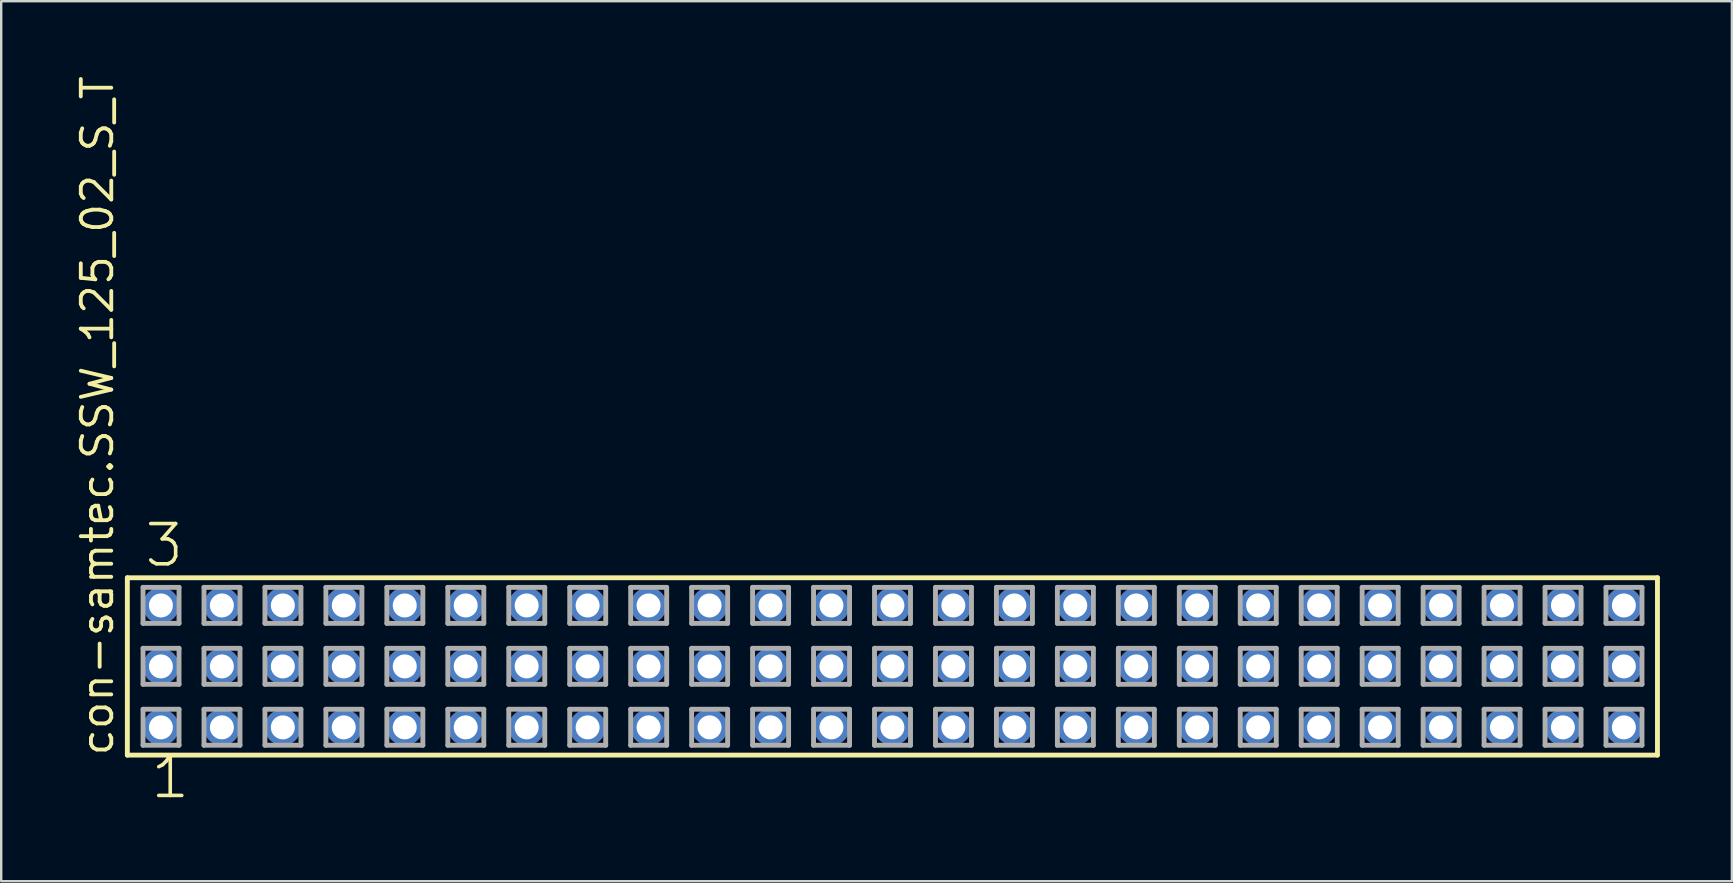
<source format=kicad_pcb>
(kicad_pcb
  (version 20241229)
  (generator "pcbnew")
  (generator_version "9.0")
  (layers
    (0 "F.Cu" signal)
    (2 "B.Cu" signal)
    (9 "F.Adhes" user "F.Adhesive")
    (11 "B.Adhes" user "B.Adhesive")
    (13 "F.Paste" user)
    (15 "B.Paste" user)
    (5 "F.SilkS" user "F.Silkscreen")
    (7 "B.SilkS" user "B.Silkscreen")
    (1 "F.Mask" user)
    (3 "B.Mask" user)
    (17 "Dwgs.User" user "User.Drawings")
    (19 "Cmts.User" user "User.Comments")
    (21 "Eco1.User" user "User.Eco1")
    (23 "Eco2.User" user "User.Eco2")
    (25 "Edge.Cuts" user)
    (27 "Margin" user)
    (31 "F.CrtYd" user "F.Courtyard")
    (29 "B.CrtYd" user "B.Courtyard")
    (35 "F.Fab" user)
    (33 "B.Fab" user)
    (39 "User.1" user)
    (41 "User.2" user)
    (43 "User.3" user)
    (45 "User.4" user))
  (footprint "con-samtec.SSW_125_02_S_T"
    (layer "F.Cu")
    (at 34.135 24.719)
    (property "Reference" "con-samtec.SSW_125_02_S_T" (at -32.385 3.81 90) (layer "F.SilkS") (effects (font (size 1.27 1.27) (thickness 0.16)) (justify left bottom)))
    (attr through_hole)
    (fp_line (start -31.879 -3.695) (end 31.879 -3.695) (stroke (width 0.203) (type default)) (layer "F.SilkS"))
    (fp_line (start -31.879 3.695) (end -31.879 -3.695) (stroke (width 0.203) (type default)) (layer "F.SilkS"))
    (fp_line (start 31.879 -3.695) (end 31.879 3.695) (stroke (width 0.203) (type default)) (layer "F.SilkS"))
    (fp_line (start 31.879 3.695) (end -31.879 3.695) (stroke (width 0.203) (type default)) (layer "F.SilkS"))
    (fp_line (start -31.225 -3.295) (end -29.725 -3.295) (stroke (width 0.203) (type default)) (layer "F.Fab"))
    (fp_line (start -31.225 -1.795) (end -31.225 -3.295) (stroke (width 0.203) (type default)) (layer "F.Fab"))
    (fp_line (start -31.225 -0.755) (end -29.725 -0.755) (stroke (width 0.203) (type default)) (layer "F.Fab"))
    (fp_line (start -31.225 0.745) (end -31.225 -0.755) (stroke (width 0.203) (type default)) (layer "F.Fab"))
    (fp_line (start -31.225 1.785) (end -29.725 1.785) (stroke (width 0.203) (type default)) (layer "F.Fab"))
    (fp_line (start -31.225 3.285) (end -31.225 1.785) (stroke (width 0.203) (type default)) (layer "F.Fab"))
    (fp_line (start -29.725 -3.295) (end -29.725 -1.795) (stroke (width 0.203) (type default)) (layer "F.Fab"))
    (fp_line (start -29.725 -1.795) (end -31.225 -1.795) (stroke (width 0.203) (type default)) (layer "F.Fab"))
    (fp_line (start -29.725 -0.755) (end -29.725 0.745) (stroke (width 0.203) (type default)) (layer "F.Fab"))
    (fp_line (start -29.725 0.745) (end -31.225 0.745) (stroke (width 0.203) (type default)) (layer "F.Fab"))
    (fp_line (start -29.725 1.785) (end -29.725 3.285) (stroke (width 0.203) (type default)) (layer "F.Fab"))
    (fp_line (start -29.725 3.285) (end -31.225 3.285) (stroke (width 0.203) (type default)) (layer "F.Fab"))
    (fp_line (start -28.685 -3.295) (end -27.185 -3.295) (stroke (width 0.203) (type default)) (layer "F.Fab"))
    (fp_line (start -28.685 -1.795) (end -28.685 -3.295) (stroke (width 0.203) (type default)) (layer "F.Fab"))
    (fp_line (start -28.685 -0.755) (end -27.185 -0.755) (stroke (width 0.203) (type default)) (layer "F.Fab"))
    (fp_line (start -28.685 0.745) (end -28.685 -0.755) (stroke (width 0.203) (type default)) (layer "F.Fab"))
    (fp_line (start -28.685 1.785) (end -27.185 1.785) (stroke (width 0.203) (type default)) (layer "F.Fab"))
    (fp_line (start -28.685 3.285) (end -28.685 1.785) (stroke (width 0.203) (type default)) (layer "F.Fab"))
    (fp_line (start -27.185 -3.295) (end -27.185 -1.795) (stroke (width 0.203) (type default)) (layer "F.Fab"))
    (fp_line (start -27.185 -1.795) (end -28.685 -1.795) (stroke (width 0.203) (type default)) (layer "F.Fab"))
    (fp_line (start -27.185 -0.755) (end -27.185 0.745) (stroke (width 0.203) (type default)) (layer "F.Fab"))
    (fp_line (start -27.185 0.745) (end -28.685 0.745) (stroke (width 0.203) (type default)) (layer "F.Fab"))
    (fp_line (start -27.185 1.785) (end -27.185 3.285) (stroke (width 0.203) (type default)) (layer "F.Fab"))
    (fp_line (start -27.185 3.285) (end -28.685 3.285) (stroke (width 0.203) (type default)) (layer "F.Fab"))
    (fp_line (start -26.145 -3.295) (end -24.645 -3.295) (stroke (width 0.203) (type default)) (layer "F.Fab"))
    (fp_line (start -26.145 -1.795) (end -26.145 -3.295) (stroke (width 0.203) (type default)) (layer "F.Fab"))
    (fp_line (start -26.145 -0.755) (end -24.645 -0.755) (stroke (width 0.203) (type default)) (layer "F.Fab"))
    (fp_line (start -26.145 0.745) (end -26.145 -0.755) (stroke (width 0.203) (type default)) (layer "F.Fab"))
    (fp_line (start -26.145 1.785) (end -24.645 1.785) (stroke (width 0.203) (type default)) (layer "F.Fab"))
    (fp_line (start -26.145 3.285) (end -26.145 1.785) (stroke (width 0.203) (type default)) (layer "F.Fab"))
    (fp_line (start -24.645 -3.295) (end -24.645 -1.795) (stroke (width 0.203) (type default)) (layer "F.Fab"))
    (fp_line (start -24.645 -1.795) (end -26.145 -1.795) (stroke (width 0.203) (type default)) (layer "F.Fab"))
    (fp_line (start -24.645 -0.755) (end -24.645 0.745) (stroke (width 0.203) (type default)) (layer "F.Fab"))
    (fp_line (start -24.645 0.745) (end -26.145 0.745) (stroke (width 0.203) (type default)) (layer "F.Fab"))
    (fp_line (start -24.645 1.785) (end -24.645 3.285) (stroke (width 0.203) (type default)) (layer "F.Fab"))
    (fp_line (start -24.645 3.285) (end -26.145 3.285) (stroke (width 0.203) (type default)) (layer "F.Fab"))
    (fp_line (start -23.605 -3.295) (end -22.105 -3.295) (stroke (width 0.203) (type default)) (layer "F.Fab"))
    (fp_line (start -23.605 -1.795) (end -23.605 -3.295) (stroke (width 0.203) (type default)) (layer "F.Fab"))
    (fp_line (start -23.605 -0.755) (end -22.105 -0.755) (stroke (width 0.203) (type default)) (layer "F.Fab"))
    (fp_line (start -23.605 0.745) (end -23.605 -0.755) (stroke (width 0.203) (type default)) (layer "F.Fab"))
    (fp_line (start -23.605 1.785) (end -22.105 1.785) (stroke (width 0.203) (type default)) (layer "F.Fab"))
    (fp_line (start -23.605 3.285) (end -23.605 1.785) (stroke (width 0.203) (type default)) (layer "F.Fab"))
    (fp_line (start -22.105 -3.295) (end -22.105 -1.795) (stroke (width 0.203) (type default)) (layer "F.Fab"))
    (fp_line (start -22.105 -1.795) (end -23.605 -1.795) (stroke (width 0.203) (type default)) (layer "F.Fab"))
    (fp_line (start -22.105 -0.755) (end -22.105 0.745) (stroke (width 0.203) (type default)) (layer "F.Fab"))
    (fp_line (start -22.105 0.745) (end -23.605 0.745) (stroke (width 0.203) (type default)) (layer "F.Fab"))
    (fp_line (start -22.105 1.785) (end -22.105 3.285) (stroke (width 0.203) (type default)) (layer "F.Fab"))
    (fp_line (start -22.105 3.285) (end -23.605 3.285) (stroke (width 0.203) (type default)) (layer "F.Fab"))
    (fp_line (start -21.065 -3.295) (end -19.565 -3.295) (stroke (width 0.203) (type default)) (layer "F.Fab"))
    (fp_line (start -21.065 -1.795) (end -21.065 -3.295) (stroke (width 0.203) (type default)) (layer "F.Fab"))
    (fp_line (start -21.065 -0.755) (end -19.565 -0.755) (stroke (width 0.203) (type default)) (layer "F.Fab"))
    (fp_line (start -21.065 0.745) (end -21.065 -0.755) (stroke (width 0.203) (type default)) (layer "F.Fab"))
    (fp_line (start -21.065 1.785) (end -19.565 1.785) (stroke (width 0.203) (type default)) (layer "F.Fab"))
    (fp_line (start -21.065 3.285) (end -21.065 1.785) (stroke (width 0.203) (type default)) (layer "F.Fab"))
    (fp_line (start -19.565 -3.295) (end -19.565 -1.795) (stroke (width 0.203) (type default)) (layer "F.Fab"))
    (fp_line (start -19.565 -1.795) (end -21.065 -1.795) (stroke (width 0.203) (type default)) (layer "F.Fab"))
    (fp_line (start -19.565 -0.755) (end -19.565 0.745) (stroke (width 0.203) (type default)) (layer "F.Fab"))
    (fp_line (start -19.565 0.745) (end -21.065 0.745) (stroke (width 0.203) (type default)) (layer "F.Fab"))
    (fp_line (start -19.565 1.785) (end -19.565 3.285) (stroke (width 0.203) (type default)) (layer "F.Fab"))
    (fp_line (start -19.565 3.285) (end -21.065 3.285) (stroke (width 0.203) (type default)) (layer "F.Fab"))
    (fp_line (start -18.525 -3.295) (end -17.025 -3.295) (stroke (width 0.203) (type default)) (layer "F.Fab"))
    (fp_line (start -18.525 -1.795) (end -18.525 -3.295) (stroke (width 0.203) (type default)) (layer "F.Fab"))
    (fp_line (start -18.525 -0.755) (end -17.025 -0.755) (stroke (width 0.203) (type default)) (layer "F.Fab"))
    (fp_line (start -18.525 0.745) (end -18.525 -0.755) (stroke (width 0.203) (type default)) (layer "F.Fab"))
    (fp_line (start -18.525 1.785) (end -17.025 1.785) (stroke (width 0.203) (type default)) (layer "F.Fab"))
    (fp_line (start -18.525 3.285) (end -18.525 1.785) (stroke (width 0.203) (type default)) (layer "F.Fab"))
    (fp_line (start -17.025 -3.295) (end -17.025 -1.795) (stroke (width 0.203) (type default)) (layer "F.Fab"))
    (fp_line (start -17.025 -1.795) (end -18.525 -1.795) (stroke (width 0.203) (type default)) (layer "F.Fab"))
    (fp_line (start -17.025 -0.755) (end -17.025 0.745) (stroke (width 0.203) (type default)) (layer "F.Fab"))
    (fp_line (start -17.025 0.745) (end -18.525 0.745) (stroke (width 0.203) (type default)) (layer "F.Fab"))
    (fp_line (start -17.025 1.785) (end -17.025 3.285) (stroke (width 0.203) (type default)) (layer "F.Fab"))
    (fp_line (start -17.025 3.285) (end -18.525 3.285) (stroke (width 0.203) (type default)) (layer "F.Fab"))
    (fp_line (start -15.985 -3.295) (end -14.485 -3.295) (stroke (width 0.203) (type default)) (layer "F.Fab"))
    (fp_line (start -15.985 -1.795) (end -15.985 -3.295) (stroke (width 0.203) (type default)) (layer "F.Fab"))
    (fp_line (start -15.985 -0.755) (end -14.485 -0.755) (stroke (width 0.203) (type default)) (layer "F.Fab"))
    (fp_line (start -15.985 0.745) (end -15.985 -0.755) (stroke (width 0.203) (type default)) (layer "F.Fab"))
    (fp_line (start -15.985 1.785) (end -14.485 1.785) (stroke (width 0.203) (type default)) (layer "F.Fab"))
    (fp_line (start -15.985 3.285) (end -15.985 1.785) (stroke (width 0.203) (type default)) (layer "F.Fab"))
    (fp_line (start -14.485 -3.295) (end -14.485 -1.795) (stroke (width 0.203) (type default)) (layer "F.Fab"))
    (fp_line (start -14.485 -1.795) (end -15.985 -1.795) (stroke (width 0.203) (type default)) (layer "F.Fab"))
    (fp_line (start -14.485 -0.755) (end -14.485 0.745) (stroke (width 0.203) (type default)) (layer "F.Fab"))
    (fp_line (start -14.485 0.745) (end -15.985 0.745) (stroke (width 0.203) (type default)) (layer "F.Fab"))
    (fp_line (start -14.485 1.785) (end -14.485 3.285) (stroke (width 0.203) (type default)) (layer "F.Fab"))
    (fp_line (start -14.485 3.285) (end -15.985 3.285) (stroke (width 0.203) (type default)) (layer "F.Fab"))
    (fp_line (start -13.445 -3.295) (end -11.945 -3.295) (stroke (width 0.203) (type default)) (layer "F.Fab"))
    (fp_line (start -13.445 -1.795) (end -13.445 -3.295) (stroke (width 0.203) (type default)) (layer "F.Fab"))
    (fp_line (start -13.445 -0.755) (end -11.945 -0.755) (stroke (width 0.203) (type default)) (layer "F.Fab"))
    (fp_line (start -13.445 0.745) (end -13.445 -0.755) (stroke (width 0.203) (type default)) (layer "F.Fab"))
    (fp_line (start -13.445 1.785) (end -11.945 1.785) (stroke (width 0.203) (type default)) (layer "F.Fab"))
    (fp_line (start -13.445 3.285) (end -13.445 1.785) (stroke (width 0.203) (type default)) (layer "F.Fab"))
    (fp_line (start -11.945 -3.295) (end -11.945 -1.795) (stroke (width 0.203) (type default)) (layer "F.Fab"))
    (fp_line (start -11.945 -1.795) (end -13.445 -1.795) (stroke (width 0.203) (type default)) (layer "F.Fab"))
    (fp_line (start -11.945 -0.755) (end -11.945 0.745) (stroke (width 0.203) (type default)) (layer "F.Fab"))
    (fp_line (start -11.945 0.745) (end -13.445 0.745) (stroke (width 0.203) (type default)) (layer "F.Fab"))
    (fp_line (start -11.945 1.785) (end -11.945 3.285) (stroke (width 0.203) (type default)) (layer "F.Fab"))
    (fp_line (start -11.945 3.285) (end -13.445 3.285) (stroke (width 0.203) (type default)) (layer "F.Fab"))
    (fp_line (start -10.905 -3.295) (end -9.405 -3.295) (stroke (width 0.203) (type default)) (layer "F.Fab"))
    (fp_line (start -10.905 -1.795) (end -10.905 -3.295) (stroke (width 0.203) (type default)) (layer "F.Fab"))
    (fp_line (start -10.905 -0.755) (end -9.405 -0.755) (stroke (width 0.203) (type default)) (layer "F.Fab"))
    (fp_line (start -10.905 0.745) (end -10.905 -0.755) (stroke (width 0.203) (type default)) (layer "F.Fab"))
    (fp_line (start -10.905 1.785) (end -9.405 1.785) (stroke (width 0.203) (type default)) (layer "F.Fab"))
    (fp_line (start -10.905 3.285) (end -10.905 1.785) (stroke (width 0.203) (type default)) (layer "F.Fab"))
    (fp_line (start -9.405 -3.295) (end -9.405 -1.795) (stroke (width 0.203) (type default)) (layer "F.Fab"))
    (fp_line (start -9.405 -1.795) (end -10.905 -1.795) (stroke (width 0.203) (type default)) (layer "F.Fab"))
    (fp_line (start -9.405 -0.755) (end -9.405 0.745) (stroke (width 0.203) (type default)) (layer "F.Fab"))
    (fp_line (start -9.405 0.745) (end -10.905 0.745) (stroke (width 0.203) (type default)) (layer "F.Fab"))
    (fp_line (start -9.405 1.785) (end -9.405 3.285) (stroke (width 0.203) (type default)) (layer "F.Fab"))
    (fp_line (start -9.405 3.285) (end -10.905 3.285) (stroke (width 0.203) (type default)) (layer "F.Fab"))
    (fp_line (start -8.365 -3.295) (end -6.865 -3.295) (stroke (width 0.203) (type default)) (layer "F.Fab"))
    (fp_line (start -8.365 -1.795) (end -8.365 -3.295) (stroke (width 0.203) (type default)) (layer "F.Fab"))
    (fp_line (start -8.365 -0.755) (end -6.865 -0.755) (stroke (width 0.203) (type default)) (layer "F.Fab"))
    (fp_line (start -8.365 0.745) (end -8.365 -0.755) (stroke (width 0.203) (type default)) (layer "F.Fab"))
    (fp_line (start -8.365 1.785) (end -6.865 1.785) (stroke (width 0.203) (type default)) (layer "F.Fab"))
    (fp_line (start -8.365 3.285) (end -8.365 1.785) (stroke (width 0.203) (type default)) (layer "F.Fab"))
    (fp_line (start -6.865 -3.295) (end -6.865 -1.795) (stroke (width 0.203) (type default)) (layer "F.Fab"))
    (fp_line (start -6.865 -1.795) (end -8.365 -1.795) (stroke (width 0.203) (type default)) (layer "F.Fab"))
    (fp_line (start -6.865 -0.755) (end -6.865 0.745) (stroke (width 0.203) (type default)) (layer "F.Fab"))
    (fp_line (start -6.865 0.745) (end -8.365 0.745) (stroke (width 0.203) (type default)) (layer "F.Fab"))
    (fp_line (start -6.865 1.785) (end -6.865 3.285) (stroke (width 0.203) (type default)) (layer "F.Fab"))
    (fp_line (start -6.865 3.285) (end -8.365 3.285) (stroke (width 0.203) (type default)) (layer "F.Fab"))
    (fp_line (start -5.825 -3.295) (end -4.325 -3.295) (stroke (width 0.203) (type default)) (layer "F.Fab"))
    (fp_line (start -5.825 -1.795) (end -5.825 -3.295) (stroke (width 0.203) (type default)) (layer "F.Fab"))
    (fp_line (start -5.825 -0.755) (end -4.325 -0.755) (stroke (width 0.203) (type default)) (layer "F.Fab"))
    (fp_line (start -5.825 0.745) (end -5.825 -0.755) (stroke (width 0.203) (type default)) (layer "F.Fab"))
    (fp_line (start -5.825 1.785) (end -4.325 1.785) (stroke (width 0.203) (type default)) (layer "F.Fab"))
    (fp_line (start -5.825 3.285) (end -5.825 1.785) (stroke (width 0.203) (type default)) (layer "F.Fab"))
    (fp_line (start -4.325 -3.295) (end -4.325 -1.795) (stroke (width 0.203) (type default)) (layer "F.Fab"))
    (fp_line (start -4.325 -1.795) (end -5.825 -1.795) (stroke (width 0.203) (type default)) (layer "F.Fab"))
    (fp_line (start -4.325 -0.755) (end -4.325 0.745) (stroke (width 0.203) (type default)) (layer "F.Fab"))
    (fp_line (start -4.325 0.745) (end -5.825 0.745) (stroke (width 0.203) (type default)) (layer "F.Fab"))
    (fp_line (start -4.325 1.785) (end -4.325 3.285) (stroke (width 0.203) (type default)) (layer "F.Fab"))
    (fp_line (start -4.325 3.285) (end -5.825 3.285) (stroke (width 0.203) (type default)) (layer "F.Fab"))
    (fp_line (start -3.285 -3.295) (end -1.785 -3.295) (stroke (width 0.203) (type default)) (layer "F.Fab"))
    (fp_line (start -3.285 -1.795) (end -3.285 -3.295) (stroke (width 0.203) (type default)) (layer "F.Fab"))
    (fp_line (start -3.285 -0.755) (end -1.785 -0.755) (stroke (width 0.203) (type default)) (layer "F.Fab"))
    (fp_line (start -3.285 0.745) (end -3.285 -0.755) (stroke (width 0.203) (type default)) (layer "F.Fab"))
    (fp_line (start -3.285 1.785) (end -1.785 1.785) (stroke (width 0.203) (type default)) (layer "F.Fab"))
    (fp_line (start -3.285 3.285) (end -3.285 1.785) (stroke (width 0.203) (type default)) (layer "F.Fab"))
    (fp_line (start -1.785 -3.295) (end -1.785 -1.795) (stroke (width 0.203) (type default)) (layer "F.Fab"))
    (fp_line (start -1.785 -1.795) (end -3.285 -1.795) (stroke (width 0.203) (type default)) (layer "F.Fab"))
    (fp_line (start -1.785 -0.755) (end -1.785 0.745) (stroke (width 0.203) (type default)) (layer "F.Fab"))
    (fp_line (start -1.785 0.745) (end -3.285 0.745) (stroke (width 0.203) (type default)) (layer "F.Fab"))
    (fp_line (start -1.785 1.785) (end -1.785 3.285) (stroke (width 0.203) (type default)) (layer "F.Fab"))
    (fp_line (start -1.785 3.285) (end -3.285 3.285) (stroke (width 0.203) (type default)) (layer "F.Fab"))
    (fp_line (start -0.745 -3.295) (end 0.755 -3.295) (stroke (width 0.203) (type default)) (layer "F.Fab"))
    (fp_line (start -0.745 -1.795) (end -0.745 -3.295) (stroke (width 0.203) (type default)) (layer "F.Fab"))
    (fp_line (start -0.745 -0.755) (end 0.755 -0.755) (stroke (width 0.203) (type default)) (layer "F.Fab"))
    (fp_line (start -0.745 0.745) (end -0.745 -0.755) (stroke (width 0.203) (type default)) (layer "F.Fab"))
    (fp_line (start -0.745 1.785) (end 0.755 1.785) (stroke (width 0.203) (type default)) (layer "F.Fab"))
    (fp_line (start -0.745 3.285) (end -0.745 1.785) (stroke (width 0.203) (type default)) (layer "F.Fab"))
    (fp_line (start 0.755 -3.295) (end 0.755 -1.795) (stroke (width 0.203) (type default)) (layer "F.Fab"))
    (fp_line (start 0.755 -1.795) (end -0.745 -1.795) (stroke (width 0.203) (type default)) (layer "F.Fab"))
    (fp_line (start 0.755 -0.755) (end 0.755 0.745) (stroke (width 0.203) (type default)) (layer "F.Fab"))
    (fp_line (start 0.755 0.745) (end -0.745 0.745) (stroke (width 0.203) (type default)) (layer "F.Fab"))
    (fp_line (start 0.755 1.785) (end 0.755 3.285) (stroke (width 0.203) (type default)) (layer "F.Fab"))
    (fp_line (start 0.755 3.285) (end -0.745 3.285) (stroke (width 0.203) (type default)) (layer "F.Fab"))
    (fp_line (start 1.795 -3.295) (end 3.295 -3.295) (stroke (width 0.203) (type default)) (layer "F.Fab"))
    (fp_line (start 1.795 -1.795) (end 1.795 -3.295) (stroke (width 0.203) (type default)) (layer "F.Fab"))
    (fp_line (start 1.795 -0.755) (end 3.295 -0.755) (stroke (width 0.203) (type default)) (layer "F.Fab"))
    (fp_line (start 1.795 0.745) (end 1.795 -0.755) (stroke (width 0.203) (type default)) (layer "F.Fab"))
    (fp_line (start 1.795 1.785) (end 3.295 1.785) (stroke (width 0.203) (type default)) (layer "F.Fab"))
    (fp_line (start 1.795 3.285) (end 1.795 1.785) (stroke (width 0.203) (type default)) (layer "F.Fab"))
    (fp_line (start 3.295 -3.295) (end 3.295 -1.795) (stroke (width 0.203) (type default)) (layer "F.Fab"))
    (fp_line (start 3.295 -1.795) (end 1.795 -1.795) (stroke (width 0.203) (type default)) (layer "F.Fab"))
    (fp_line (start 3.295 -0.755) (end 3.295 0.745) (stroke (width 0.203) (type default)) (layer "F.Fab"))
    (fp_line (start 3.295 0.745) (end 1.795 0.745) (stroke (width 0.203) (type default)) (layer "F.Fab"))
    (fp_line (start 3.295 1.785) (end 3.295 3.285) (stroke (width 0.203) (type default)) (layer "F.Fab"))
    (fp_line (start 3.295 3.285) (end 1.795 3.285) (stroke (width 0.203) (type default)) (layer "F.Fab"))
    (fp_line (start 4.335 -3.295) (end 5.835 -3.295) (stroke (width 0.203) (type default)) (layer "F.Fab"))
    (fp_line (start 4.335 -1.795) (end 4.335 -3.295) (stroke (width 0.203) (type default)) (layer "F.Fab"))
    (fp_line (start 4.335 -0.755) (end 5.835 -0.755) (stroke (width 0.203) (type default)) (layer "F.Fab"))
    (fp_line (start 4.335 0.745) (end 4.335 -0.755) (stroke (width 0.203) (type default)) (layer "F.Fab"))
    (fp_line (start 4.335 1.785) (end 5.835 1.785) (stroke (width 0.203) (type default)) (layer "F.Fab"))
    (fp_line (start 4.335 3.285) (end 4.335 1.785) (stroke (width 0.203) (type default)) (layer "F.Fab"))
    (fp_line (start 5.835 -3.295) (end 5.835 -1.795) (stroke (width 0.203) (type default)) (layer "F.Fab"))
    (fp_line (start 5.835 -1.795) (end 4.335 -1.795) (stroke (width 0.203) (type default)) (layer "F.Fab"))
    (fp_line (start 5.835 -0.755) (end 5.835 0.745) (stroke (width 0.203) (type default)) (layer "F.Fab"))
    (fp_line (start 5.835 0.745) (end 4.335 0.745) (stroke (width 0.203) (type default)) (layer "F.Fab"))
    (fp_line (start 5.835 1.785) (end 5.835 3.285) (stroke (width 0.203) (type default)) (layer "F.Fab"))
    (fp_line (start 5.835 3.285) (end 4.335 3.285) (stroke (width 0.203) (type default)) (layer "F.Fab"))
    (fp_line (start 6.875 -3.295) (end 8.375 -3.295) (stroke (width 0.203) (type default)) (layer "F.Fab"))
    (fp_line (start 6.875 -1.795) (end 6.875 -3.295) (stroke (width 0.203) (type default)) (layer "F.Fab"))
    (fp_line (start 6.875 -0.755) (end 8.375 -0.755) (stroke (width 0.203) (type default)) (layer "F.Fab"))
    (fp_line (start 6.875 0.745) (end 6.875 -0.755) (stroke (width 0.203) (type default)) (layer "F.Fab"))
    (fp_line (start 6.875 1.785) (end 8.375 1.785) (stroke (width 0.203) (type default)) (layer "F.Fab"))
    (fp_line (start 6.875 3.285) (end 6.875 1.785) (stroke (width 0.203) (type default)) (layer "F.Fab"))
    (fp_line (start 8.375 -3.295) (end 8.375 -1.795) (stroke (width 0.203) (type default)) (layer "F.Fab"))
    (fp_line (start 8.375 -1.795) (end 6.875 -1.795) (stroke (width 0.203) (type default)) (layer "F.Fab"))
    (fp_line (start 8.375 -0.755) (end 8.375 0.745) (stroke (width 0.203) (type default)) (layer "F.Fab"))
    (fp_line (start 8.375 0.745) (end 6.875 0.745) (stroke (width 0.203) (type default)) (layer "F.Fab"))
    (fp_line (start 8.375 1.785) (end 8.375 3.285) (stroke (width 0.203) (type default)) (layer "F.Fab"))
    (fp_line (start 8.375 3.285) (end 6.875 3.285) (stroke (width 0.203) (type default)) (layer "F.Fab"))
    (fp_line (start 9.415 -3.295) (end 10.915 -3.295) (stroke (width 0.203) (type default)) (layer "F.Fab"))
    (fp_line (start 9.415 -1.795) (end 9.415 -3.295) (stroke (width 0.203) (type default)) (layer "F.Fab"))
    (fp_line (start 9.415 -0.755) (end 10.915 -0.755) (stroke (width 0.203) (type default)) (layer "F.Fab"))
    (fp_line (start 9.415 0.745) (end 9.415 -0.755) (stroke (width 0.203) (type default)) (layer "F.Fab"))
    (fp_line (start 9.415 1.785) (end 10.915 1.785) (stroke (width 0.203) (type default)) (layer "F.Fab"))
    (fp_line (start 9.415 3.285) (end 9.415 1.785) (stroke (width 0.203) (type default)) (layer "F.Fab"))
    (fp_line (start 10.915 -3.295) (end 10.915 -1.795) (stroke (width 0.203) (type default)) (layer "F.Fab"))
    (fp_line (start 10.915 -1.795) (end 9.415 -1.795) (stroke (width 0.203) (type default)) (layer "F.Fab"))
    (fp_line (start 10.915 -0.755) (end 10.915 0.745) (stroke (width 0.203) (type default)) (layer "F.Fab"))
    (fp_line (start 10.915 0.745) (end 9.415 0.745) (stroke (width 0.203) (type default)) (layer "F.Fab"))
    (fp_line (start 10.915 1.785) (end 10.915 3.285) (stroke (width 0.203) (type default)) (layer "F.Fab"))
    (fp_line (start 10.915 3.285) (end 9.415 3.285) (stroke (width 0.203) (type default)) (layer "F.Fab"))
    (fp_line (start 11.955 -3.295) (end 13.455 -3.295) (stroke (width 0.203) (type default)) (layer "F.Fab"))
    (fp_line (start 11.955 -1.795) (end 11.955 -3.295) (stroke (width 0.203) (type default)) (layer "F.Fab"))
    (fp_line (start 11.955 -0.755) (end 13.455 -0.755) (stroke (width 0.203) (type default)) (layer "F.Fab"))
    (fp_line (start 11.955 0.745) (end 11.955 -0.755) (stroke (width 0.203) (type default)) (layer "F.Fab"))
    (fp_line (start 11.955 1.785) (end 13.455 1.785) (stroke (width 0.203) (type default)) (layer "F.Fab"))
    (fp_line (start 11.955 3.285) (end 11.955 1.785) (stroke (width 0.203) (type default)) (layer "F.Fab"))
    (fp_line (start 13.455 -3.295) (end 13.455 -1.795) (stroke (width 0.203) (type default)) (layer "F.Fab"))
    (fp_line (start 13.455 -1.795) (end 11.955 -1.795) (stroke (width 0.203) (type default)) (layer "F.Fab"))
    (fp_line (start 13.455 -0.755) (end 13.455 0.745) (stroke (width 0.203) (type default)) (layer "F.Fab"))
    (fp_line (start 13.455 0.745) (end 11.955 0.745) (stroke (width 0.203) (type default)) (layer "F.Fab"))
    (fp_line (start 13.455 1.785) (end 13.455 3.285) (stroke (width 0.203) (type default)) (layer "F.Fab"))
    (fp_line (start 13.455 3.285) (end 11.955 3.285) (stroke (width 0.203) (type default)) (layer "F.Fab"))
    (fp_line (start 14.495 -3.295) (end 15.995 -3.295) (stroke (width 0.203) (type default)) (layer "F.Fab"))
    (fp_line (start 14.495 -1.795) (end 14.495 -3.295) (stroke (width 0.203) (type default)) (layer "F.Fab"))
    (fp_line (start 14.495 -0.755) (end 15.995 -0.755) (stroke (width 0.203) (type default)) (layer "F.Fab"))
    (fp_line (start 14.495 0.745) (end 14.495 -0.755) (stroke (width 0.203) (type default)) (layer "F.Fab"))
    (fp_line (start 14.495 1.785) (end 15.995 1.785) (stroke (width 0.203) (type default)) (layer "F.Fab"))
    (fp_line (start 14.495 3.285) (end 14.495 1.785) (stroke (width 0.203) (type default)) (layer "F.Fab"))
    (fp_line (start 15.995 -3.295) (end 15.995 -1.795) (stroke (width 0.203) (type default)) (layer "F.Fab"))
    (fp_line (start 15.995 -1.795) (end 14.495 -1.795) (stroke (width 0.203) (type default)) (layer "F.Fab"))
    (fp_line (start 15.995 -0.755) (end 15.995 0.745) (stroke (width 0.203) (type default)) (layer "F.Fab"))
    (fp_line (start 15.995 0.745) (end 14.495 0.745) (stroke (width 0.203) (type default)) (layer "F.Fab"))
    (fp_line (start 15.995 1.785) (end 15.995 3.285) (stroke (width 0.203) (type default)) (layer "F.Fab"))
    (fp_line (start 15.995 3.285) (end 14.495 3.285) (stroke (width 0.203) (type default)) (layer "F.Fab"))
    (fp_line (start 17.035 -3.295) (end 18.535 -3.295) (stroke (width 0.203) (type default)) (layer "F.Fab"))
    (fp_line (start 17.035 -1.795) (end 17.035 -3.295) (stroke (width 0.203) (type default)) (layer "F.Fab"))
    (fp_line (start 17.035 -0.755) (end 18.535 -0.755) (stroke (width 0.203) (type default)) (layer "F.Fab"))
    (fp_line (start 17.035 0.745) (end 17.035 -0.755) (stroke (width 0.203) (type default)) (layer "F.Fab"))
    (fp_line (start 17.035 1.785) (end 18.535 1.785) (stroke (width 0.203) (type default)) (layer "F.Fab"))
    (fp_line (start 17.035 3.285) (end 17.035 1.785) (stroke (width 0.203) (type default)) (layer "F.Fab"))
    (fp_line (start 18.535 -3.295) (end 18.535 -1.795) (stroke (width 0.203) (type default)) (layer "F.Fab"))
    (fp_line (start 18.535 -1.795) (end 17.035 -1.795) (stroke (width 0.203) (type default)) (layer "F.Fab"))
    (fp_line (start 18.535 -0.755) (end 18.535 0.745) (stroke (width 0.203) (type default)) (layer "F.Fab"))
    (fp_line (start 18.535 0.745) (end 17.035 0.745) (stroke (width 0.203) (type default)) (layer "F.Fab"))
    (fp_line (start 18.535 1.785) (end 18.535 3.285) (stroke (width 0.203) (type default)) (layer "F.Fab"))
    (fp_line (start 18.535 3.285) (end 17.035 3.285) (stroke (width 0.203) (type default)) (layer "F.Fab"))
    (fp_line (start 19.575 -3.295) (end 21.075 -3.295) (stroke (width 0.203) (type default)) (layer "F.Fab"))
    (fp_line (start 19.575 -1.795) (end 19.575 -3.295) (stroke (width 0.203) (type default)) (layer "F.Fab"))
    (fp_line (start 19.575 -0.755) (end 21.075 -0.755) (stroke (width 0.203) (type default)) (layer "F.Fab"))
    (fp_line (start 19.575 0.745) (end 19.575 -0.755) (stroke (width 0.203) (type default)) (layer "F.Fab"))
    (fp_line (start 19.575 1.785) (end 21.075 1.785) (stroke (width 0.203) (type default)) (layer "F.Fab"))
    (fp_line (start 19.575 3.285) (end 19.575 1.785) (stroke (width 0.203) (type default)) (layer "F.Fab"))
    (fp_line (start 21.075 -3.295) (end 21.075 -1.795) (stroke (width 0.203) (type default)) (layer "F.Fab"))
    (fp_line (start 21.075 -1.795) (end 19.575 -1.795) (stroke (width 0.203) (type default)) (layer "F.Fab"))
    (fp_line (start 21.075 -0.755) (end 21.075 0.745) (stroke (width 0.203) (type default)) (layer "F.Fab"))
    (fp_line (start 21.075 0.745) (end 19.575 0.745) (stroke (width 0.203) (type default)) (layer "F.Fab"))
    (fp_line (start 21.075 1.785) (end 21.075 3.285) (stroke (width 0.203) (type default)) (layer "F.Fab"))
    (fp_line (start 21.075 3.285) (end 19.575 3.285) (stroke (width 0.203) (type default)) (layer "F.Fab"))
    (fp_line (start 22.115 -3.295) (end 23.615 -3.295) (stroke (width 0.203) (type default)) (layer "F.Fab"))
    (fp_line (start 22.115 -1.795) (end 22.115 -3.295) (stroke (width 0.203) (type default)) (layer "F.Fab"))
    (fp_line (start 22.115 -0.755) (end 23.615 -0.755) (stroke (width 0.203) (type default)) (layer "F.Fab"))
    (fp_line (start 22.115 0.745) (end 22.115 -0.755) (stroke (width 0.203) (type default)) (layer "F.Fab"))
    (fp_line (start 22.115 1.785) (end 23.615 1.785) (stroke (width 0.203) (type default)) (layer "F.Fab"))
    (fp_line (start 22.115 3.285) (end 22.115 1.785) (stroke (width 0.203) (type default)) (layer "F.Fab"))
    (fp_line (start 23.615 -3.295) (end 23.615 -1.795) (stroke (width 0.203) (type default)) (layer "F.Fab"))
    (fp_line (start 23.615 -1.795) (end 22.115 -1.795) (stroke (width 0.203) (type default)) (layer "F.Fab"))
    (fp_line (start 23.615 -0.755) (end 23.615 0.745) (stroke (width 0.203) (type default)) (layer "F.Fab"))
    (fp_line (start 23.615 0.745) (end 22.115 0.745) (stroke (width 0.203) (type default)) (layer "F.Fab"))
    (fp_line (start 23.615 1.785) (end 23.615 3.285) (stroke (width 0.203) (type default)) (layer "F.Fab"))
    (fp_line (start 23.615 3.285) (end 22.115 3.285) (stroke (width 0.203) (type default)) (layer "F.Fab"))
    (fp_line (start 24.655 -3.295) (end 26.155 -3.295) (stroke (width 0.203) (type default)) (layer "F.Fab"))
    (fp_line (start 24.655 -1.795) (end 24.655 -3.295) (stroke (width 0.203) (type default)) (layer "F.Fab"))
    (fp_line (start 24.655 -0.755) (end 26.155 -0.755) (stroke (width 0.203) (type default)) (layer "F.Fab"))
    (fp_line (start 24.655 0.745) (end 24.655 -0.755) (stroke (width 0.203) (type default)) (layer "F.Fab"))
    (fp_line (start 24.655 1.785) (end 26.155 1.785) (stroke (width 0.203) (type default)) (layer "F.Fab"))
    (fp_line (start 24.655 3.285) (end 24.655 1.785) (stroke (width 0.203) (type default)) (layer "F.Fab"))
    (fp_line (start 26.155 -3.295) (end 26.155 -1.795) (stroke (width 0.203) (type default)) (layer "F.Fab"))
    (fp_line (start 26.155 -1.795) (end 24.655 -1.795) (stroke (width 0.203) (type default)) (layer "F.Fab"))
    (fp_line (start 26.155 -0.755) (end 26.155 0.745) (stroke (width 0.203) (type default)) (layer "F.Fab"))
    (fp_line (start 26.155 0.745) (end 24.655 0.745) (stroke (width 0.203) (type default)) (layer "F.Fab"))
    (fp_line (start 26.155 1.785) (end 26.155 3.285) (stroke (width 0.203) (type default)) (layer "F.Fab"))
    (fp_line (start 26.155 3.285) (end 24.655 3.285) (stroke (width 0.203) (type default)) (layer "F.Fab"))
    (fp_line (start 27.195 -3.295) (end 28.695 -3.295) (stroke (width 0.203) (type default)) (layer "F.Fab"))
    (fp_line (start 27.195 -1.795) (end 27.195 -3.295) (stroke (width 0.203) (type default)) (layer "F.Fab"))
    (fp_line (start 27.195 -0.755) (end 28.695 -0.755) (stroke (width 0.203) (type default)) (layer "F.Fab"))
    (fp_line (start 27.195 0.745) (end 27.195 -0.755) (stroke (width 0.203) (type default)) (layer "F.Fab"))
    (fp_line (start 27.195 1.785) (end 28.695 1.785) (stroke (width 0.203) (type default)) (layer "F.Fab"))
    (fp_line (start 27.195 3.285) (end 27.195 1.785) (stroke (width 0.203) (type default)) (layer "F.Fab"))
    (fp_line (start 28.695 -3.295) (end 28.695 -1.795) (stroke (width 0.203) (type default)) (layer "F.Fab"))
    (fp_line (start 28.695 -1.795) (end 27.195 -1.795) (stroke (width 0.203) (type default)) (layer "F.Fab"))
    (fp_line (start 28.695 -0.755) (end 28.695 0.745) (stroke (width 0.203) (type default)) (layer "F.Fab"))
    (fp_line (start 28.695 0.745) (end 27.195 0.745) (stroke (width 0.203) (type default)) (layer "F.Fab"))
    (fp_line (start 28.695 1.785) (end 28.695 3.285) (stroke (width 0.203) (type default)) (layer "F.Fab"))
    (fp_line (start 28.695 3.285) (end 27.195 3.285) (stroke (width 0.203) (type default)) (layer "F.Fab"))
    (fp_line (start 29.735 -3.295) (end 31.235 -3.295) (stroke (width 0.203) (type default)) (layer "F.Fab"))
    (fp_line (start 29.735 -1.795) (end 29.735 -3.295) (stroke (width 0.203) (type default)) (layer "F.Fab"))
    (fp_line (start 29.735 -0.755) (end 31.235 -0.755) (stroke (width 0.203) (type default)) (layer "F.Fab"))
    (fp_line (start 29.735 0.745) (end 29.735 -0.755) (stroke (width 0.203) (type default)) (layer "F.Fab"))
    (fp_line (start 29.735 1.785) (end 31.235 1.785) (stroke (width 0.203) (type default)) (layer "F.Fab"))
    (fp_line (start 29.735 3.285) (end 29.735 1.785) (stroke (width 0.203) (type default)) (layer "F.Fab"))
    (fp_line (start 31.235 -3.295) (end 31.235 -1.795) (stroke (width 0.203) (type default)) (layer "F.Fab"))
    (fp_line (start 31.235 -1.795) (end 29.735 -1.795) (stroke (width 0.203) (type default)) (layer "F.Fab"))
    (fp_line (start 31.235 -0.755) (end 31.235 0.745) (stroke (width 0.203) (type default)) (layer "F.Fab"))
    (fp_line (start 31.235 0.745) (end 29.735 0.745) (stroke (width 0.203) (type default)) (layer "F.Fab"))
    (fp_line (start 31.235 1.785) (end 31.235 3.285) (stroke (width 0.203) (type default)) (layer "F.Fab"))
    (fp_line (start 31.235 3.285) (end 29.735 3.285) (stroke (width 0.203) (type default)) (layer "F.Fab"))
    (fp_text user "3" (at -31.242 -4.064 0) (layer "F.SilkS") (effects (font (size 1.676 1.676) (thickness 0.15)) (justify left bottom)))
    (fp_text user "1" (at -30.988 5.588 0) (layer "F.SilkS") (effects (font (size 1.676 1.676) (thickness 0.15)) (justify left bottom)))
    (pad "1" thru_hole circle (at -30.48 2.54) (size 1.5 1.5) (drill 1) (layers "*.Cu" "*.Mask"))
    (pad "2" thru_hole circle (at -30.48 0) (size 1.5 1.5) (drill 1) (layers "*.Cu" "*.Mask"))
    (pad "3" thru_hole circle (at -30.48 -2.54) (size 1.5 1.5) (drill 1) (layers "*.Cu" "*.Mask"))
    (pad "4" thru_hole circle (at -27.94 2.54) (size 1.5 1.5) (drill 1) (layers "*.Cu" "*.Mask"))
    (pad "5" thru_hole circle (at -27.94 0) (size 1.5 1.5) (drill 1) (layers "*.Cu" "*.Mask"))
    (pad "6" thru_hole circle (at -27.94 -2.54) (size 1.5 1.5) (drill 1) (layers "*.Cu" "*.Mask"))
    (pad "7" thru_hole circle (at -25.4 2.54) (size 1.5 1.5) (drill 1) (layers "*.Cu" "*.Mask"))
    (pad "8" thru_hole circle (at -25.4 0) (size 1.5 1.5) (drill 1) (layers "*.Cu" "*.Mask"))
    (pad "9" thru_hole circle (at -25.4 -2.54) (size 1.5 1.5) (drill 1) (layers "*.Cu" "*.Mask"))
    (pad "10" thru_hole circle (at -22.86 2.54) (size 1.5 1.5) (drill 1) (layers "*.Cu" "*.Mask"))
    (pad "11" thru_hole circle (at -22.86 0) (size 1.5 1.5) (drill 1) (layers "*.Cu" "*.Mask"))
    (pad "12" thru_hole circle (at -22.86 -2.54) (size 1.5 1.5) (drill 1) (layers "*.Cu" "*.Mask"))
    (pad "13" thru_hole circle (at -20.32 2.54) (size 1.5 1.5) (drill 1) (layers "*.Cu" "*.Mask"))
    (pad "14" thru_hole circle (at -20.32 0) (size 1.5 1.5) (drill 1) (layers "*.Cu" "*.Mask"))
    (pad "15" thru_hole circle (at -20.32 -2.54) (size 1.5 1.5) (drill 1) (layers "*.Cu" "*.Mask"))
    (pad "16" thru_hole circle (at -17.78 2.54) (size 1.5 1.5) (drill 1) (layers "*.Cu" "*.Mask"))
    (pad "17" thru_hole circle (at -17.78 0) (size 1.5 1.5) (drill 1) (layers "*.Cu" "*.Mask"))
    (pad "18" thru_hole circle (at -17.78 -2.54) (size 1.5 1.5) (drill 1) (layers "*.Cu" "*.Mask"))
    (pad "19" thru_hole circle (at -15.24 2.54) (size 1.5 1.5) (drill 1) (layers "*.Cu" "*.Mask"))
    (pad "20" thru_hole circle (at -15.24 0) (size 1.5 1.5) (drill 1) (layers "*.Cu" "*.Mask"))
    (pad "21" thru_hole circle (at -15.24 -2.54) (size 1.5 1.5) (drill 1) (layers "*.Cu" "*.Mask"))
    (pad "22" thru_hole circle (at -12.7 2.54) (size 1.5 1.5) (drill 1) (layers "*.Cu" "*.Mask"))
    (pad "23" thru_hole circle (at -12.7 0) (size 1.5 1.5) (drill 1) (layers "*.Cu" "*.Mask"))
    (pad "24" thru_hole circle (at -12.7 -2.54) (size 1.5 1.5) (drill 1) (layers "*.Cu" "*.Mask"))
    (pad "25" thru_hole circle (at -10.16 2.54) (size 1.5 1.5) (drill 1) (layers "*.Cu" "*.Mask"))
    (pad "26" thru_hole circle (at -10.16 0) (size 1.5 1.5) (drill 1) (layers "*.Cu" "*.Mask"))
    (pad "27" thru_hole circle (at -10.16 -2.54) (size 1.5 1.5) (drill 1) (layers "*.Cu" "*.Mask"))
    (pad "28" thru_hole circle (at -7.62 2.54) (size 1.5 1.5) (drill 1) (layers "*.Cu" "*.Mask"))
    (pad "29" thru_hole circle (at -7.62 0) (size 1.5 1.5) (drill 1) (layers "*.Cu" "*.Mask"))
    (pad "30" thru_hole circle (at -7.62 -2.54) (size 1.5 1.5) (drill 1) (layers "*.Cu" "*.Mask"))
    (pad "31" thru_hole circle (at -5.08 2.54) (size 1.5 1.5) (drill 1) (layers "*.Cu" "*.Mask"))
    (pad "32" thru_hole circle (at -5.08 0) (size 1.5 1.5) (drill 1) (layers "*.Cu" "*.Mask"))
    (pad "33" thru_hole circle (at -5.08 -2.54) (size 1.5 1.5) (drill 1) (layers "*.Cu" "*.Mask"))
    (pad "34" thru_hole circle (at -2.54 2.54) (size 1.5 1.5) (drill 1) (layers "*.Cu" "*.Mask"))
    (pad "35" thru_hole circle (at -2.54 0) (size 1.5 1.5) (drill 1) (layers "*.Cu" "*.Mask"))
    (pad "36" thru_hole circle (at -2.54 -2.54) (size 1.5 1.5) (drill 1) (layers "*.Cu" "*.Mask"))
    (pad "37" thru_hole circle (at 0 2.54) (size 1.5 1.5) (drill 1) (layers "*.Cu" "*.Mask"))
    (pad "38" thru_hole circle (at 0 0) (size 1.5 1.5) (drill 1) (layers "*.Cu" "*.Mask"))
    (pad "39" thru_hole circle (at 0 -2.54) (size 1.5 1.5) (drill 1) (layers "*.Cu" "*.Mask"))
    (pad "40" thru_hole circle (at 2.54 2.54) (size 1.5 1.5) (drill 1) (layers "*.Cu" "*.Mask"))
    (pad "41" thru_hole circle (at 2.54 0) (size 1.5 1.5) (drill 1) (layers "*.Cu" "*.Mask"))
    (pad "42" thru_hole circle (at 2.54 -2.54) (size 1.5 1.5) (drill 1) (layers "*.Cu" "*.Mask"))
    (pad "43" thru_hole circle (at 5.08 2.54) (size 1.5 1.5) (drill 1) (layers "*.Cu" "*.Mask"))
    (pad "44" thru_hole circle (at 5.08 0) (size 1.5 1.5) (drill 1) (layers "*.Cu" "*.Mask"))
    (pad "45" thru_hole circle (at 5.08 -2.54) (size 1.5 1.5) (drill 1) (layers "*.Cu" "*.Mask"))
    (pad "46" thru_hole circle (at 7.62 2.54) (size 1.5 1.5) (drill 1) (layers "*.Cu" "*.Mask"))
    (pad "47" thru_hole circle (at 7.62 0) (size 1.5 1.5) (drill 1) (layers "*.Cu" "*.Mask"))
    (pad "48" thru_hole circle (at 7.62 -2.54) (size 1.5 1.5) (drill 1) (layers "*.Cu" "*.Mask"))
    (pad "49" thru_hole circle (at 10.16 2.54) (size 1.5 1.5) (drill 1) (layers "*.Cu" "*.Mask"))
    (pad "50" thru_hole circle (at 10.16 0) (size 1.5 1.5) (drill 1) (layers "*.Cu" "*.Mask"))
    (pad "51" thru_hole circle (at 10.16 -2.54) (size 1.5 1.5) (drill 1) (layers "*.Cu" "*.Mask"))
    (pad "52" thru_hole circle (at 12.7 2.54) (size 1.5 1.5) (drill 1) (layers "*.Cu" "*.Mask"))
    (pad "53" thru_hole circle (at 12.7 0) (size 1.5 1.5) (drill 1) (layers "*.Cu" "*.Mask"))
    (pad "54" thru_hole circle (at 12.7 -2.54) (size 1.5 1.5) (drill 1) (layers "*.Cu" "*.Mask"))
    (pad "55" thru_hole circle (at 15.24 2.54) (size 1.5 1.5) (drill 1) (layers "*.Cu" "*.Mask"))
    (pad "56" thru_hole circle (at 15.24 0) (size 1.5 1.5) (drill 1) (layers "*.Cu" "*.Mask"))
    (pad "57" thru_hole circle (at 15.24 -2.54) (size 1.5 1.5) (drill 1) (layers "*.Cu" "*.Mask"))
    (pad "58" thru_hole circle (at 17.78 2.54) (size 1.5 1.5) (drill 1) (layers "*.Cu" "*.Mask"))
    (pad "59" thru_hole circle (at 17.78 0) (size 1.5 1.5) (drill 1) (layers "*.Cu" "*.Mask"))
    (pad "60" thru_hole circle (at 17.78 -2.54) (size 1.5 1.5) (drill 1) (layers "*.Cu" "*.Mask"))
    (pad "61" thru_hole circle (at 20.32 2.54) (size 1.5 1.5) (drill 1) (layers "*.Cu" "*.Mask"))
    (pad "62" thru_hole circle (at 20.32 0) (size 1.5 1.5) (drill 1) (layers "*.Cu" "*.Mask"))
    (pad "63" thru_hole circle (at 20.32 -2.54) (size 1.5 1.5) (drill 1) (layers "*.Cu" "*.Mask"))
    (pad "64" thru_hole circle (at 22.86 2.54) (size 1.5 1.5) (drill 1) (layers "*.Cu" "*.Mask"))
    (pad "65" thru_hole circle (at 22.86 0) (size 1.5 1.5) (drill 1) (layers "*.Cu" "*.Mask"))
    (pad "66" thru_hole circle (at 22.86 -2.54) (size 1.5 1.5) (drill 1) (layers "*.Cu" "*.Mask"))
    (pad "67" thru_hole circle (at 25.4 2.54) (size 1.5 1.5) (drill 1) (layers "*.Cu" "*.Mask"))
    (pad "68" thru_hole circle (at 25.4 0) (size 1.5 1.5) (drill 1) (layers "*.Cu" "*.Mask"))
    (pad "69" thru_hole circle (at 25.4 -2.54) (size 1.5 1.5) (drill 1) (layers "*.Cu" "*.Mask"))
    (pad "70" thru_hole circle (at 27.94 2.54) (size 1.5 1.5) (drill 1) (layers "*.Cu" "*.Mask"))
    (pad "71" thru_hole circle (at 27.94 0) (size 1.5 1.5) (drill 1) (layers "*.Cu" "*.Mask"))
    (pad "72" thru_hole circle (at 27.94 -2.54) (size 1.5 1.5) (drill 1) (layers "*.Cu" "*.Mask"))
    (pad "73" thru_hole circle (at 30.48 2.54) (size 1.5 1.5) (drill 1) (layers "*.Cu" "*.Mask"))
    (pad "74" thru_hole circle (at 30.48 0) (size 1.5 1.5) (drill 1) (layers "*.Cu" "*.Mask"))
    (pad "75" thru_hole circle (at 30.48 -2.54) (size 1.5 1.5) (drill 1) (layers "*.Cu" "*.Mask")))
  (gr_rect
    (start -3 -3)
    (end 69.116 33.668)
    (stroke (width 0.1) (type default))
    (fill no)
    (layer "Edge.Cuts")))
</source>
